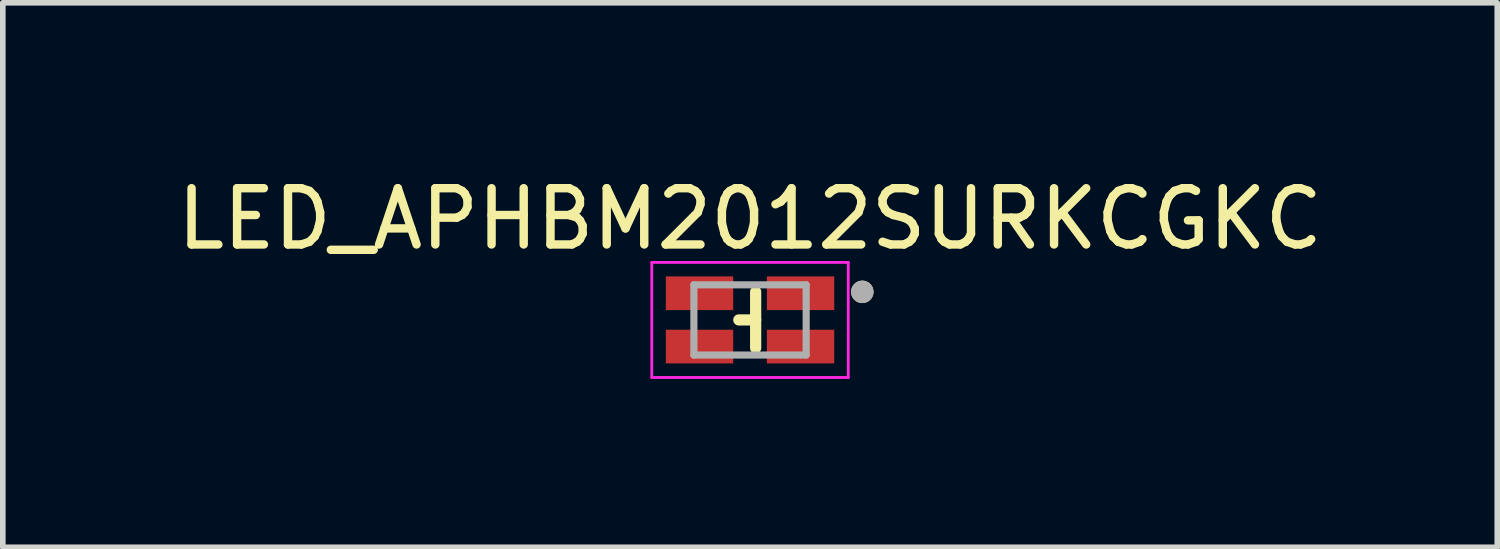
<source format=kicad_pcb>
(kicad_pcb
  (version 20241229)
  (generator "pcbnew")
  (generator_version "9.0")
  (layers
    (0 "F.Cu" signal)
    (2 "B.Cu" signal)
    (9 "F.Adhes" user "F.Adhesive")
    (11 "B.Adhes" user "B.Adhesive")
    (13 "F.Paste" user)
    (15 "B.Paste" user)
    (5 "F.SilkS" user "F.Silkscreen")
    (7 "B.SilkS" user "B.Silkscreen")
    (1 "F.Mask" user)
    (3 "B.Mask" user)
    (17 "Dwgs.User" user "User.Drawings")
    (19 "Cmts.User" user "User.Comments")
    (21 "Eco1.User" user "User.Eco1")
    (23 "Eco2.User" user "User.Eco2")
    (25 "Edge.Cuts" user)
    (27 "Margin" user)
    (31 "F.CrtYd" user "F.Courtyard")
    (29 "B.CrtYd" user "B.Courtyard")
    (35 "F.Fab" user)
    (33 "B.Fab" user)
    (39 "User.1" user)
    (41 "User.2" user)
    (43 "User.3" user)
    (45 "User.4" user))
  (footprint "LED_APHBM2012SURKCGKC"
    (layer "F.Cu")
    (at 10.311 2.649)
    (property "Reference" "LED_APHBM2012SURKCGKC" (at 0 -1.8 0) (layer "F.SilkS") (effects (font (size 1.002 1.002) (thickness 0.15))))
    (attr through_hole)
    (fp_line (start 0.1 -0.5) (end 0.1 0.5) (stroke (width 0.2) (type solid)) (layer "F.SilkS"))
    (fp_line (start 0.1 0) (end -0.2 0) (stroke (width 0.2) (type solid)) (layer "F.SilkS"))
    (fp_circle (center 2 -0.5) (end 2.1 -0.5) (stroke (width 0.2) (type solid)) (fill no) (layer "F.SilkS"))
    (fp_line (start -1.75 -1.025) (end 1.75 -1.025) (stroke (width 0.05) (type solid)) (layer "F.CrtYd"))
    (fp_line (start -1.75 1.025) (end -1.75 -1.025) (stroke (width 0.05) (type solid)) (layer "F.CrtYd"))
    (fp_line (start 1.75 -1.025) (end 1.75 1.025) (stroke (width 0.05) (type solid)) (layer "F.CrtYd"))
    (fp_line (start 1.75 1.025) (end -1.75 1.025) (stroke (width 0.05) (type solid)) (layer "F.CrtYd"))
    (fp_line (start -1 -0.625) (end 1 -0.625) (stroke (width 0.127) (type solid)) (layer "F.Fab"))
    (fp_line (start -1 0.625) (end -1 -0.625) (stroke (width 0.127) (type solid)) (layer "F.Fab"))
    (fp_line (start 1 -0.625) (end 1 0.625) (stroke (width 0.127) (type solid)) (layer "F.Fab"))
    (fp_line (start 1 0.625) (end -1 0.625) (stroke (width 0.127) (type solid)) (layer "F.Fab"))
    (fp_circle (center 2 -0.5) (end 2.1 -0.5) (stroke (width 0.2) (type solid)) (fill no) (layer "F.Fab"))
    (pad "1" smd rect (at 0.9 -0.475) (size 1.2 0.6) (layers "F.Cu" "F.Mask" "F.Paste"))
    (pad "2" smd rect (at -0.9 -0.475) (size 1.2 0.6) (layers "F.Cu" "F.Mask" "F.Paste"))
    (pad "3" smd rect (at -0.9 0.475) (size 1.2 0.6) (layers "F.Cu" "F.Mask" "F.Paste"))
    (pad "4" smd rect (at 0.9 0.475) (size 1.2 0.6) (layers "F.Cu" "F.Mask" "F.Paste")))
  (gr_rect
    (start -3 -3)
    (end 23.622 6.699)
    (stroke (width 0.1) (type default))
    (fill no)
    (layer "Edge.Cuts")))
</source>
